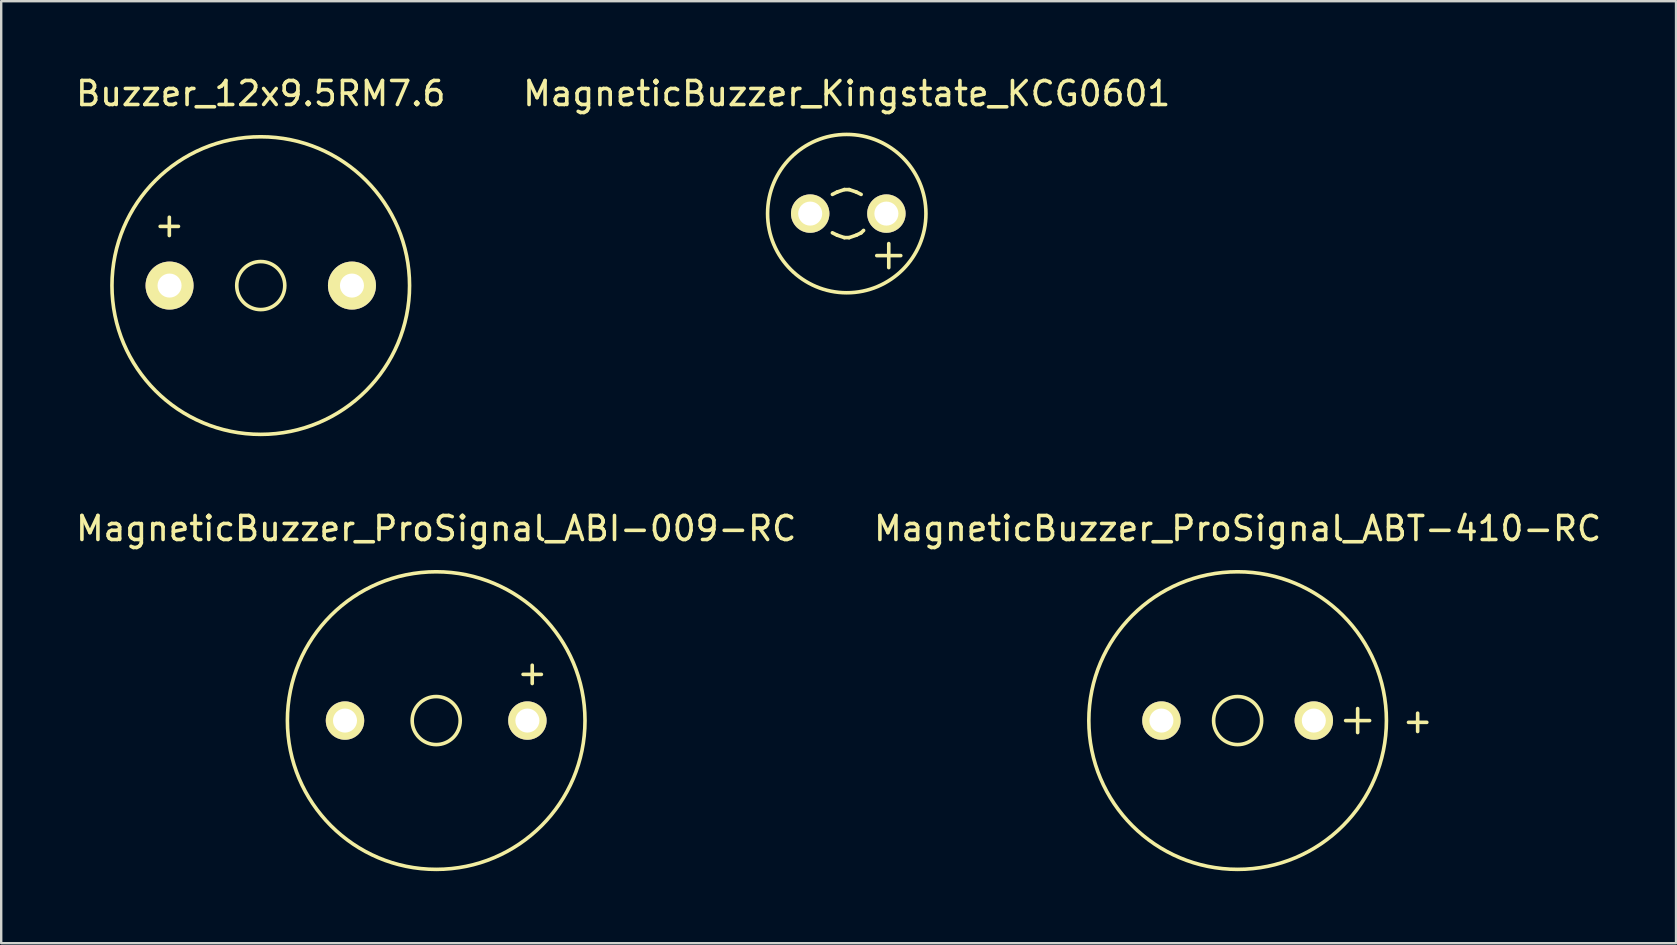
<source format=kicad_pcb>
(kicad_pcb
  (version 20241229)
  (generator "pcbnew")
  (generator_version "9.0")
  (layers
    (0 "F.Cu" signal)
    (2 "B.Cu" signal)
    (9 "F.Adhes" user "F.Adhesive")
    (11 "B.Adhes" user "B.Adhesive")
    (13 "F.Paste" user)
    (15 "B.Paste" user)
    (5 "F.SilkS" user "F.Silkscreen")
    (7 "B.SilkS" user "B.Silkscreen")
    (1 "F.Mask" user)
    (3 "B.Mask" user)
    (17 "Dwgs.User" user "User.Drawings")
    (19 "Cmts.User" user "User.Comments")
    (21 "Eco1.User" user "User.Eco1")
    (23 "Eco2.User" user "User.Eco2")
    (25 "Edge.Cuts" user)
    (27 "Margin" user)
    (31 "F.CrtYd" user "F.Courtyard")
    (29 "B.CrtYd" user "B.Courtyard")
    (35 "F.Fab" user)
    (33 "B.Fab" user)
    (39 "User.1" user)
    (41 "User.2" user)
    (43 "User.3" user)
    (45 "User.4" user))
  (footprint "MagneticBuzzer_ProSignal_ABT-410-RC"
    (layer "F.Cu")
    (at 45.343 26.974)
    (property "Reference" "MagneticBuzzer_ProSignal_ABT-410-RC" (at 3.175 -8.001 0) (layer "F.SilkS") (effects (font (size 1 1) (thickness 0.15))))
    (attr through_hole)
    (fp_line (start 7.676 0) (end 8.674 0) (stroke (width 0.15) (type solid)) (layer "F.SilkS"))
    (fp_line (start 8.176 -0.5) (end 8.176 0.5) (stroke (width 0.15) (type solid)) (layer "F.SilkS"))
    (fp_circle (center 3.175 0) (end 4.176 0) (stroke (width 0.15) (type solid)) (fill no) (layer "F.SilkS"))
    (fp_circle (center 3.175 0) (end 9.375 0) (stroke (width 0.15) (type solid)) (fill no) (layer "F.SilkS"))
    (fp_text user "+" (at 10.676 0 0) (layer "F.SilkS") (effects (font (size 1 1) (thickness 0.15))))
    (pad "1" thru_hole circle (at 0 0) (size 1.6 1.6) (drill 1.001) (layers "*.Cu" "*.Mask" "F.SilkS"))
    (pad "2" thru_hole circle (at 6.35 0) (size 1.6 1.6) (drill 1.001) (layers "*.Cu" "*.Mask" "F.SilkS")))
  (footprint "MagneticBuzzer_ProSignal_ABI-009-RC"
    (layer "F.Cu")
    (at 11.315 26.974)
    (property "Reference" "MagneticBuzzer_ProSignal_ABI-009-RC" (at 3.81 -8.001 0) (layer "F.SilkS") (effects (font (size 1 1) (thickness 0.15))))
    (attr through_hole)
    (fp_circle (center 3.81 0) (end 4.811 0) (stroke (width 0.15) (type solid)) (fill no) (layer "F.SilkS"))
    (fp_circle (center 3.81 0) (end 10.01 0) (stroke (width 0.15) (type solid)) (fill no) (layer "F.SilkS"))
    (fp_text user "+" (at 7.811 -1.999 0) (layer "F.SilkS") (effects (font (size 1 1) (thickness 0.15))))
    (pad "1" thru_hole circle (at 0.01 0) (size 1.6 1.6) (drill 1.001) (layers "*.Cu" "*.Mask" "F.SilkS"))
    (pad "2" thru_hole circle (at 7.61 0) (size 1.6 1.6) (drill 1.001) (layers "*.Cu" "*.Mask" "F.SilkS")))
  (footprint "Buzzer_12x9.5RM7.6"
    (layer "F.Cu")
    (at 7.815 8.849)
    (property "Reference" "Buzzer_12x9.5RM7.6" (at 0 -8.001 0) (layer "F.SilkS") (effects (font (size 1 1) (thickness 0.15))))
    (attr through_hole)
    (fp_circle (center 0 0) (end 1.001 0) (stroke (width 0.15) (type solid)) (fill no) (layer "F.SilkS"))
    (fp_circle (center 0 0) (end 6.2 0) (stroke (width 0.15) (type solid)) (fill no) (layer "F.SilkS"))
    (fp_text user "+" (at -3.81 -2.54 0) (layer "F.SilkS") (effects (font (size 1 1) (thickness 0.15))))
    (pad "1" thru_hole circle (at -3.8 0) (size 2 2) (drill 1.001) (layers "*.Cu" "*.Mask" "F.SilkS"))
    (pad "2" thru_hole circle (at 3.8 0) (size 2 2) (drill 1.001) (layers "*.Cu" "*.Mask" "F.SilkS")))
  (footprint "MagneticBuzzer_Kingstate_KCG0601"
    (layer "F.Cu")
    (at 30.708 5.85)
    (property "Reference" "MagneticBuzzer_Kingstate_KCG0601" (at 1.524 -5.001 0) (layer "F.SilkS") (effects (font (size 1 1) (thickness 0.15))))
    (attr through_hole)
    (fp_line (start 1.125 -0.899) (end 0.925 -0.8) (stroke (width 0.15) (type solid)) (layer "F.SilkS"))
    (fp_line (start 1.125 0.899) (end 0.925 0.8) (stroke (width 0.15) (type solid)) (layer "F.SilkS"))
    (fp_line (start 1.425 -1.001) (end 1.125 -0.899) (stroke (width 0.15) (type solid)) (layer "F.SilkS"))
    (fp_line (start 1.425 1.001) (end 1.125 0.899) (stroke (width 0.15) (type solid)) (layer "F.SilkS"))
    (fp_line (start 1.623 -1.001) (end 1.425 -1.001) (stroke (width 0.15) (type solid)) (layer "F.SilkS"))
    (fp_line (start 1.623 1.001) (end 1.425 1.001) (stroke (width 0.15) (type solid)) (layer "F.SilkS"))
    (fp_line (start 1.923 -0.899) (end 1.623 -1.001) (stroke (width 0.15) (type solid)) (layer "F.SilkS"))
    (fp_line (start 1.923 0.899) (end 1.623 1.001) (stroke (width 0.15) (type solid)) (layer "F.SilkS"))
    (fp_line (start 2.123 -0.8) (end 1.923 -0.899) (stroke (width 0.15) (type solid)) (layer "F.SilkS"))
    (fp_line (start 2.123 0.8) (end 1.923 0.899) (stroke (width 0.15) (type solid)) (layer "F.SilkS"))
    (fp_line (start 2.225 0.701) (end 2.123 0.8) (stroke (width 0.15) (type solid)) (layer "F.SilkS"))
    (fp_line (start 2.774 1.75) (end 3.774 1.75) (stroke (width 0.15) (type solid)) (layer "F.SilkS"))
    (fp_line (start 3.274 1.25) (end 3.274 2.25) (stroke (width 0.15) (type solid)) (layer "F.SilkS"))
    (fp_circle (center 1.524 0) (end 4.823 0) (stroke (width 0.15) (type solid)) (fill no) (layer "F.SilkS"))
    (pad "1" thru_hole circle (at 0 0) (size 1.6 1.6) (drill 1.001) (layers "*.Cu" "*.Mask" "F.SilkS"))
    (pad "2" thru_hole circle (at 3.175 0) (size 1.6 1.6) (drill 1.001) (layers "*.Cu" "*.Mask" "F.SilkS")))
  (gr_rect
    (start -3 -3)
    (end 66.786 36.249)
    (stroke (width 0.1) (type default))
    (fill no)
    (layer "Edge.Cuts")))
</source>
